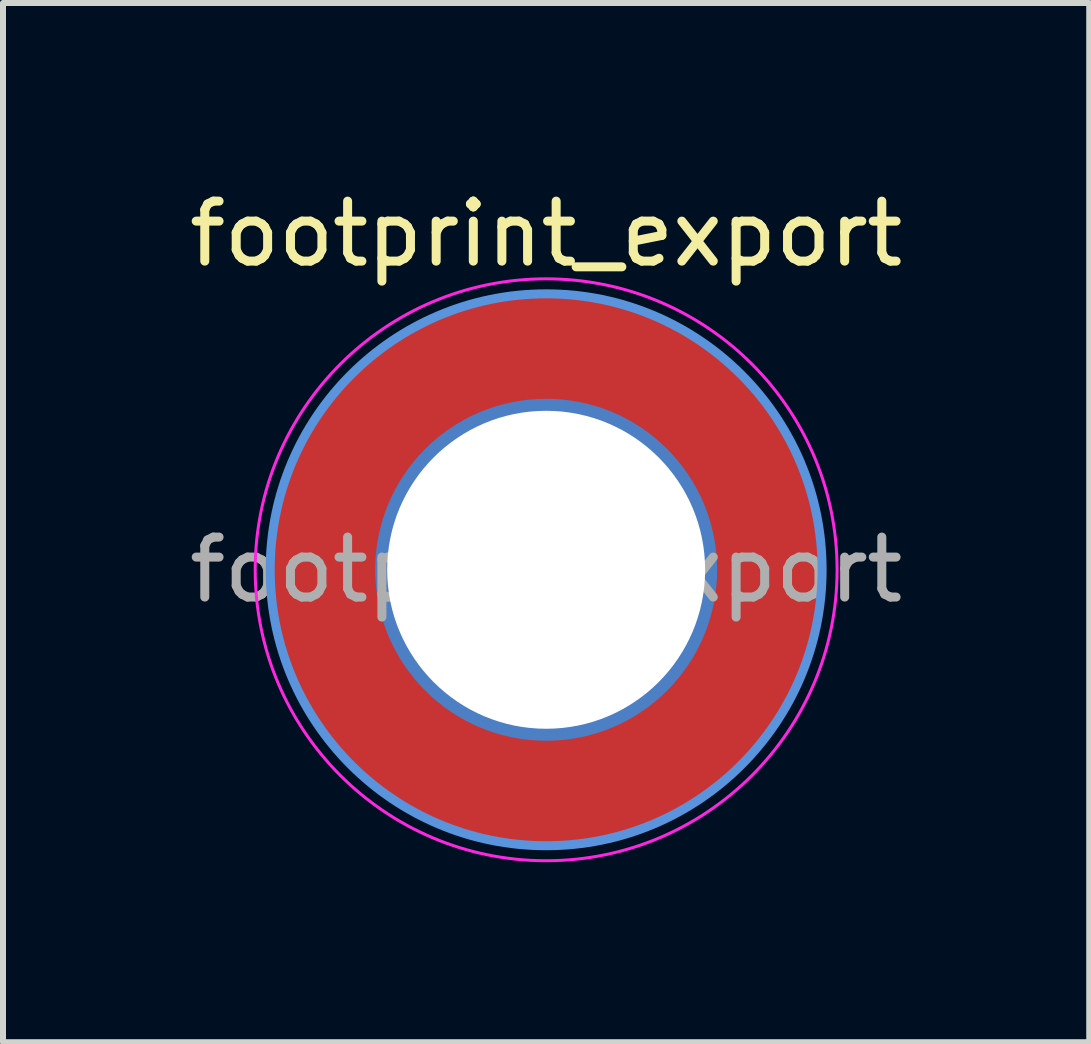
<source format=kicad_pcb>
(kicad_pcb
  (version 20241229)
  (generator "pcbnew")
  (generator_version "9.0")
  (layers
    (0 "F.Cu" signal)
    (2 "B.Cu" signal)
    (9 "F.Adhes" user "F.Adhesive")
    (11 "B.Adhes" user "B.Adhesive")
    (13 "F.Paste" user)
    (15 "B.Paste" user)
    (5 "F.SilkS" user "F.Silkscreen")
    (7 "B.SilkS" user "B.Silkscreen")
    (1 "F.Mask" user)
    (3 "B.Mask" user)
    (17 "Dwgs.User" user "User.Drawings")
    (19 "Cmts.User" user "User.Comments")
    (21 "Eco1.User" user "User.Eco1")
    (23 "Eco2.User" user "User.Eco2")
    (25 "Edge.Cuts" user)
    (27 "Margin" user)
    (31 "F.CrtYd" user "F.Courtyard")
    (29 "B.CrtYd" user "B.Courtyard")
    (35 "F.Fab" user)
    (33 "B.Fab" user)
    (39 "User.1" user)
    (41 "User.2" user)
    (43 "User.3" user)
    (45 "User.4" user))
  (footprint "footprint_export"
    (layer "F.Cu")
    (at 6.054 6.448)
    (property "Reference" "footprint_export" (at 0 -5.6 0) (layer "F.SilkS") (effects (font (size 1 1) (thickness 0.15))))
    (attr exclude_from_pos_files exclude_from_bom)
    (fp_circle (center 0 0) (end 4.6 0) (stroke (width 0.15) (type solid)) (fill no) (layer "Cmts.User"))
    (fp_circle (center 0 0) (end 4.85 0) (stroke (width 0.05) (type solid)) (fill no) (layer "F.CrtYd"))
    (fp_text user "${REFERENCE}" (at 0 0 0) (layer "F.Fab") (effects (font (size 1 1) (thickness 0.15))))
    (pad "1" thru_hole circle (at 0 0) (size 5.7 5.7) (drill 5.3) (layers "*.Cu" "*.Mask"))
    (pad "1" connect circle (at 0 0) (size 9.2 9.2) (layers "F.Cu" "F.Mask")))
  (gr_rect
    (start -3 -3)
    (end 15.107 14.323)
    (stroke (width 0.1) (type default))
    (fill no)
    (layer "Edge.Cuts")))
</source>
